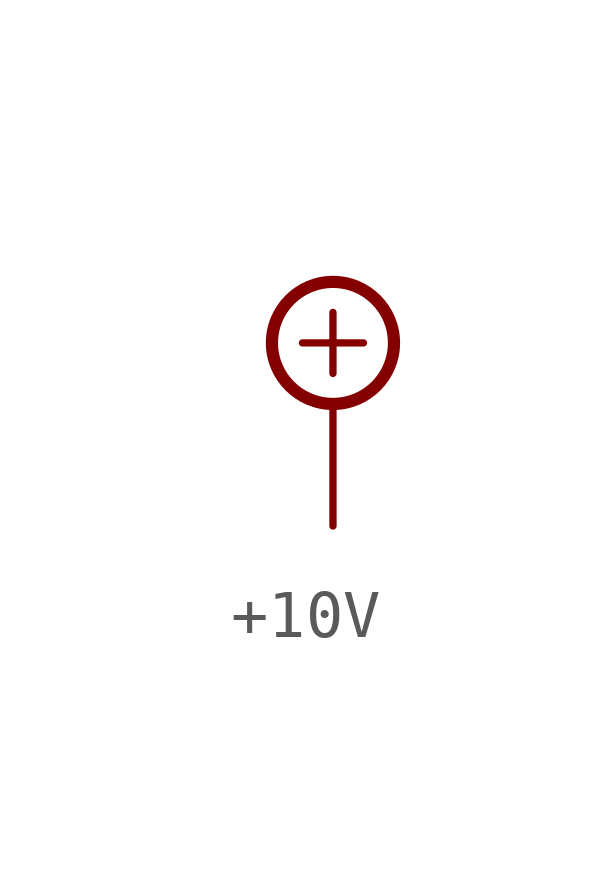
<source format=kicad_sym>
(kicad_symbol_lib
  (version 20231120)
  (generator "kicad_symbol_editor")
  (generator_version "8.0")
  (symbol "+10V"
    (power)
    (property "Reference" "#SUPPLY"
      (at 0 0 0)
      (effects (font (size 1.27 1.27)) (hide yes)))
    (property "Value" ""
      (at -2.54 3.175 0)
      (effects (font (size 1.778 1.511)) (justify left bottom)))
    (property "ki_locked" ""
      (at 0 0 0)
      (effects (font (size 1.27 1.27))))
    (symbol "+10V_1_0"
      (polyline (pts (xy -0.635 1.27) (xy 0.635 1.27)) (stroke (width 0.152) (type solid)) (fill (type none)))
      (polyline (pts (xy 0 0.635) (xy 0 1.905)) (stroke (width 0.152) (type solid)) (fill (type none)))
      (circle (center 0 1.27) (radius 1.27) (stroke (width 0.254) (type solid)) (fill (type none)))
      (pin power_in line (at 0 -2.54 90) (length 2.54) (name "+10V" (effects (font (size 0 0)))) (number "1" (effects (font (size 0 0))))))))
</source>
